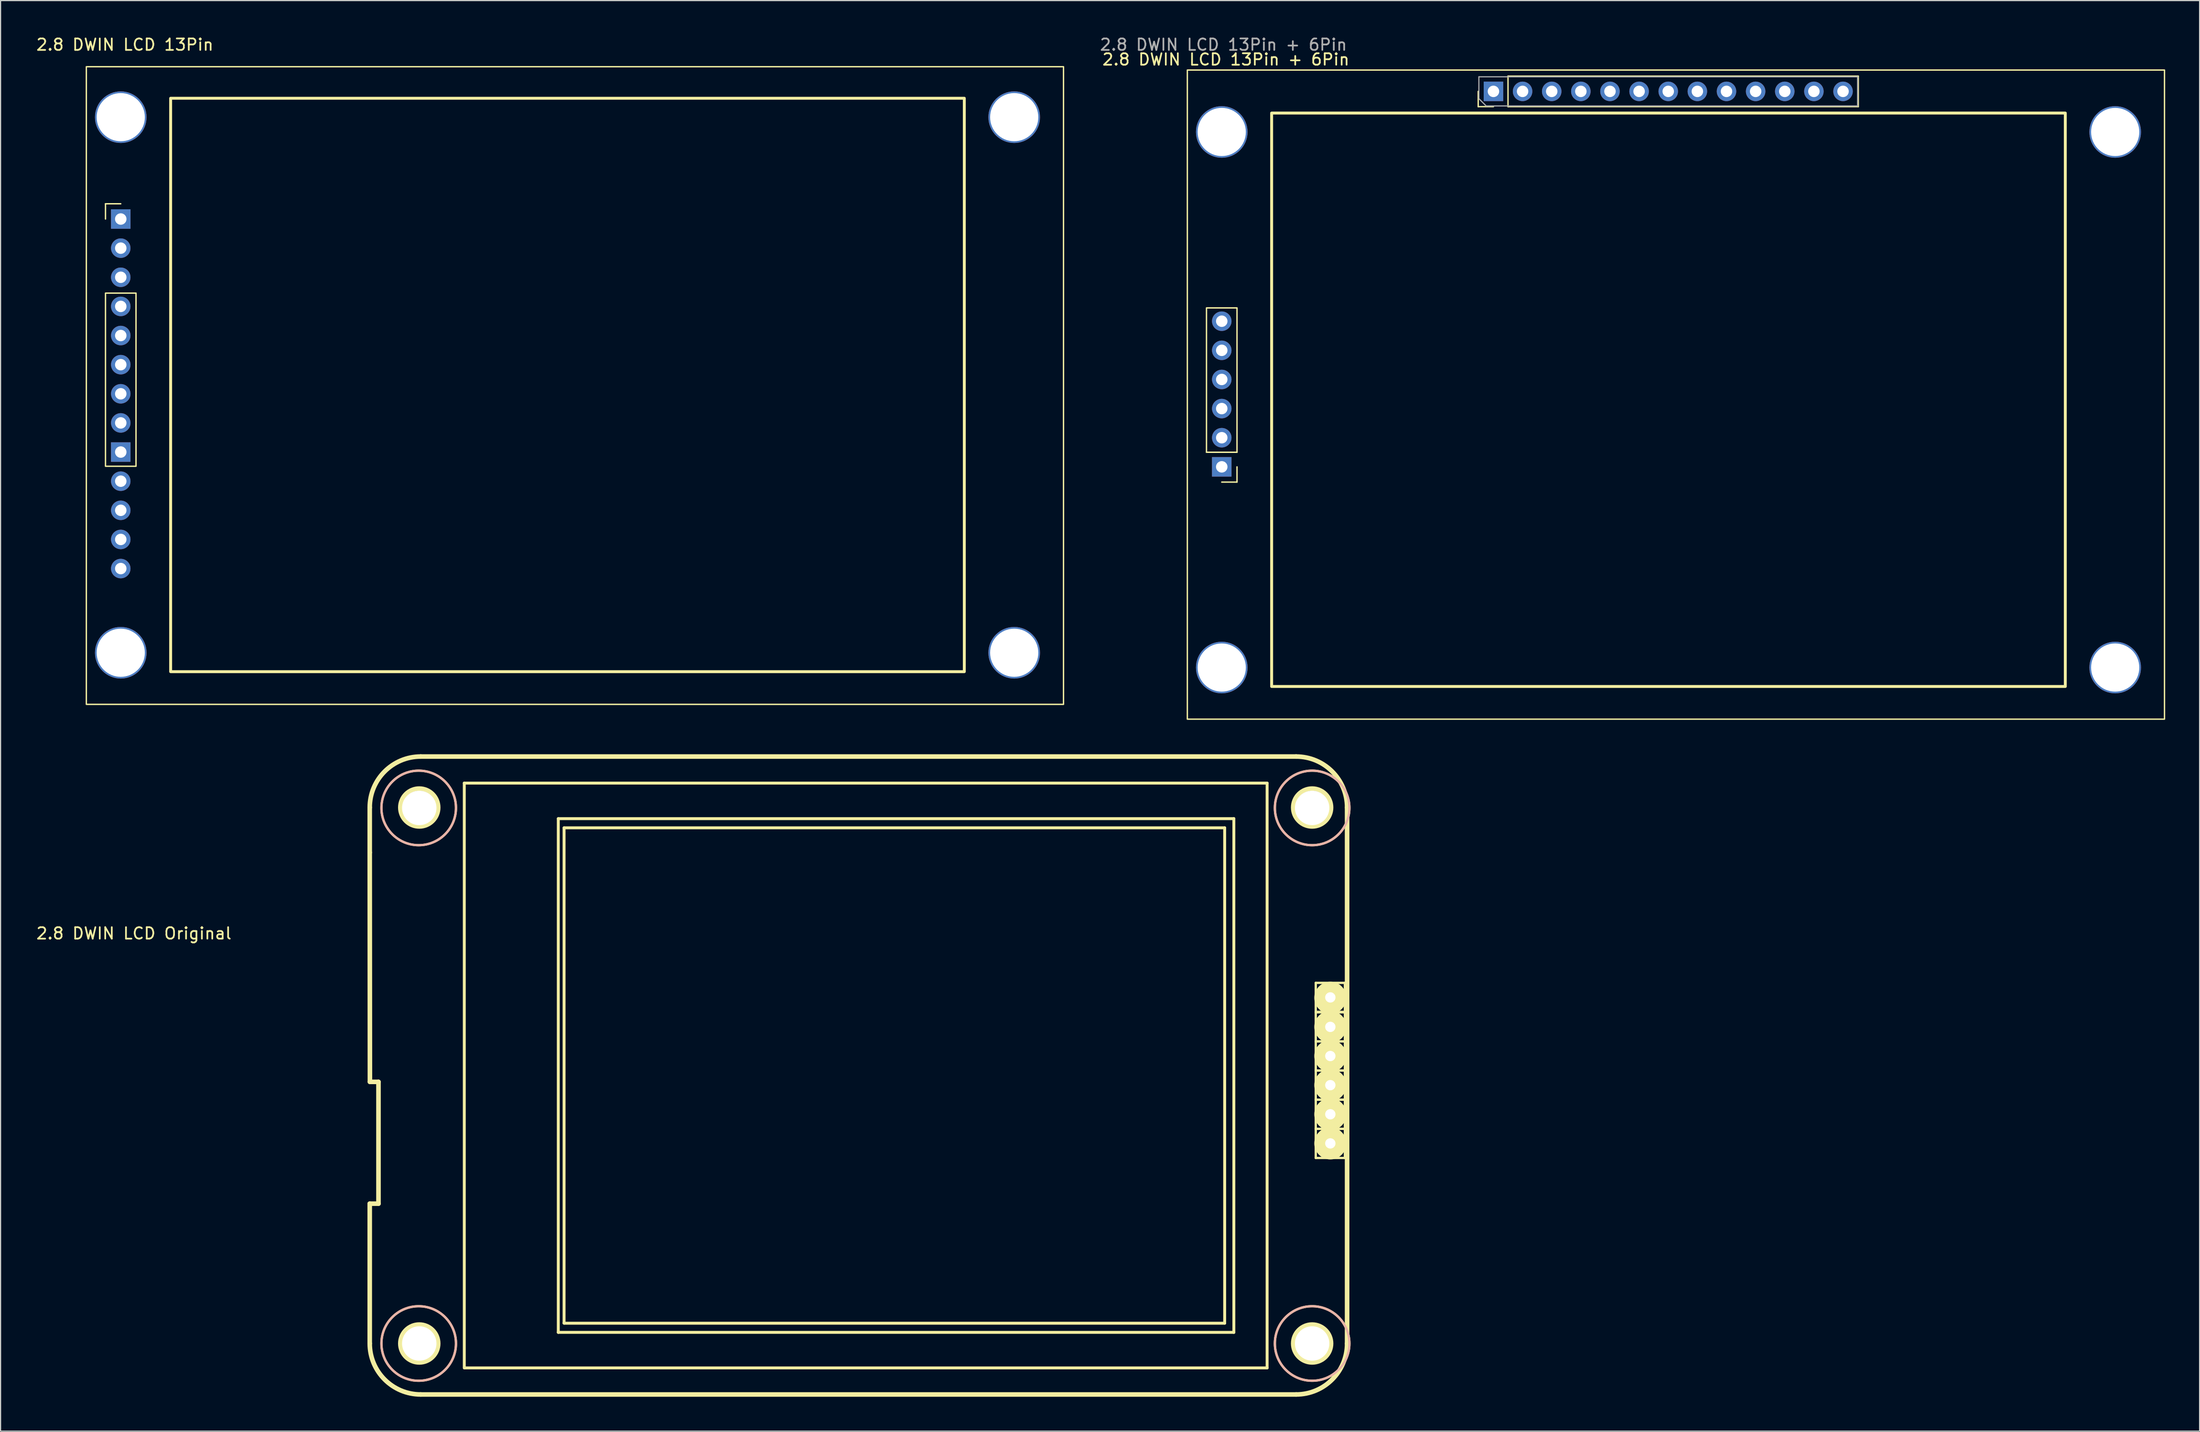
<source format=kicad_pcb>
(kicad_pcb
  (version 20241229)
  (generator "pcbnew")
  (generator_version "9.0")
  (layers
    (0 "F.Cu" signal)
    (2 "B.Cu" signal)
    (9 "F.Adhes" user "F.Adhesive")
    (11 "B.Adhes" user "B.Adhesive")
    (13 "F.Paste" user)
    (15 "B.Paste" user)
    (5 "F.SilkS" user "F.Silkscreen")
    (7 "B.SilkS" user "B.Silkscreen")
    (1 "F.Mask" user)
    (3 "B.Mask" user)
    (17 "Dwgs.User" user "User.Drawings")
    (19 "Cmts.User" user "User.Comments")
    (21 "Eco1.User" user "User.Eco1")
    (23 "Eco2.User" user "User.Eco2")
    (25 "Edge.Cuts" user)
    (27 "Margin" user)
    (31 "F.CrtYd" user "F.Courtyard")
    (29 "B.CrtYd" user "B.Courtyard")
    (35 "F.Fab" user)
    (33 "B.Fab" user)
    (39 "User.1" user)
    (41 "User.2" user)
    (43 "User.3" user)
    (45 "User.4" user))
  (footprint "2.8 DWIN LCD Original"
    (layer "F.Cu")
    (at 33.506 67.363)
    (property "Reference" "2.8 DWIN LCD Original" (at -24.881 10.979 0) (unlocked yes) (layer "F.SilkS") (effects (font (size 1 1) (thickness 0.15))))
    (attr through_hole)
    (fp_line (start -4.318 3.923) (end -4.318 0.00015) (stroke (width 0.4) (type solid)) (layer "F.SilkS"))
    (fp_line (start -4.318 3.923) (end -4.303 23.923) (stroke (width 0.4) (type default)) (layer "F.SilkS"))
    (fp_line (start -4.318 34.544) (end -3.556 34.544) (stroke (width 0.4) (type solid)) (layer "F.SilkS"))
    (fp_line (start -4.318 46.735) (end -4.318 34.544) (stroke (width 0.4) (type solid)) (layer "F.SilkS"))
    (fp_line (start -3.556 23.923) (end -4.303 23.923) (stroke (width 0.4) (type default)) (layer "F.SilkS"))
    (fp_line (start -3.556 34.544) (end -3.556 23.923) (stroke (width 0.4) (type solid)) (layer "F.SilkS"))
    (fp_line (start 0.127 51.181) (end 76.454 51.181) (stroke (width 0.4) (type solid)) (layer "F.SilkS"))
    (fp_line (start 0.128 -4.445) (end 76.453 -4.445) (stroke (width 0.4) (type solid)) (layer "F.SilkS"))
    (fp_line (start 3.925 -2.129) (end 73.925 -2.129) (stroke (width 0.254) (type solid)) (layer "F.SilkS"))
    (fp_line (start 3.925 48.865) (end 3.925 -2.132) (stroke (width 0.254) (type solid)) (layer "F.SilkS"))
    (fp_line (start 3.937 48.865) (end 73.925 48.865) (stroke (width 0.254) (type solid)) (layer "F.SilkS"))
    (fp_line (start 12.122 0.971) (end 71.025 0.971) (stroke (width 0.254) (type solid)) (layer "F.SilkS"))
    (fp_line (start 12.122 45.757) (end 12.126 45.761) (stroke (width 0.254) (type solid)) (layer "F.SilkS"))
    (fp_line (start 12.122 45.765) (end 12.122 0.971) (stroke (width 0.254) (type solid)) (layer "F.SilkS"))
    (fp_line (start 12.122 45.765) (end 71.025 45.765) (stroke (width 0.254) (type solid)) (layer "F.SilkS"))
    (fp_line (start 12.626 44.947) (end 12.626 1.771) (stroke (width 0.254) (type solid)) (layer "F.SilkS"))
    (fp_line (start 12.626 44.947) (end 12.647 44.968) (stroke (width 0.254) (type solid)) (layer "F.SilkS"))
    (fp_line (start 12.626 44.968) (end 70.225 44.968) (stroke (width 0.254) (type solid)) (layer "F.SilkS"))
    (fp_line (start 12.629 1.771) (end 70.225 1.771) (stroke (width 0.254) (type solid)) (layer "F.SilkS"))
    (fp_line (start 70.225 44.968) (end 70.225 1.768) (stroke (width 0.254) (type solid)) (layer "F.SilkS"))
    (fp_line (start 71.025 45.771) (end 71.025 0.968) (stroke (width 0.254) (type solid)) (layer "F.SilkS"))
    (fp_line (start 73.925 48.871) (end 73.925 -2.129) (stroke (width 0.254) (type solid)) (layer "F.SilkS"))
    (fp_line (start 78.167 15.289) (end 80.707 15.289) (stroke (width 0.2) (type solid)) (layer "F.SilkS"))
    (fp_line (start 78.167 17.829) (end 78.167 15.289) (stroke (width 0.2) (type solid)) (layer "F.SilkS"))
    (fp_line (start 78.167 17.829) (end 80.707 17.829) (stroke (width 0.2) (type solid)) (layer "F.SilkS"))
    (fp_line (start 78.167 17.829) (end 80.707 17.829) (stroke (width 0.2) (type solid)) (layer "F.SilkS"))
    (fp_line (start 78.167 17.859) (end 80.707 17.859) (stroke (width 0.2) (type solid)) (layer "F.SilkS"))
    (fp_line (start 78.167 17.859) (end 80.707 17.859) (stroke (width 0.2) (type solid)) (layer "F.SilkS"))
    (fp_line (start 78.167 20.399) (end 78.167 17.859) (stroke (width 0.2) (type solid)) (layer "F.SilkS"))
    (fp_line (start 78.167 20.399) (end 80.707 20.399) (stroke (width 0.2) (type solid)) (layer "F.SilkS"))
    (fp_line (start 78.167 20.399) (end 80.707 20.399) (stroke (width 0.2) (type solid)) (layer "F.SilkS"))
    (fp_line (start 78.167 20.399) (end 80.707 20.399) (stroke (width 0.2) (type solid)) (layer "F.SilkS"))
    (fp_line (start 78.167 22.939) (end 78.167 20.399) (stroke (width 0.2) (type solid)) (layer "F.SilkS"))
    (fp_line (start 78.167 22.939) (end 80.707 22.939) (stroke (width 0.2) (type solid)) (layer "F.SilkS"))
    (fp_line (start 78.167 22.939) (end 80.707 22.939) (stroke (width 0.2) (type solid)) (layer "F.SilkS"))
    (fp_line (start 78.167 22.939) (end 80.707 22.939) (stroke (width 0.2) (type solid)) (layer "F.SilkS"))
    (fp_line (start 78.167 25.479) (end 78.167 22.939) (stroke (width 0.2) (type solid)) (layer "F.SilkS"))
    (fp_line (start 78.167 25.479) (end 80.707 25.479) (stroke (width 0.2) (type solid)) (layer "F.SilkS"))
    (fp_line (start 78.167 25.479) (end 80.707 25.479) (stroke (width 0.2) (type solid)) (layer "F.SilkS"))
    (fp_line (start 78.167 25.479) (end 80.707 25.479) (stroke (width 0.2) (type solid)) (layer "F.SilkS"))
    (fp_line (start 78.167 28.019) (end 78.167 25.479) (stroke (width 0.2) (type solid)) (layer "F.SilkS"))
    (fp_line (start 78.167 28.019) (end 80.707 28.019) (stroke (width 0.2) (type solid)) (layer "F.SilkS"))
    (fp_line (start 78.167 28.019) (end 80.707 28.019) (stroke (width 0.2) (type solid)) (layer "F.SilkS"))
    (fp_line (start 78.167 28.019) (end 80.707 28.019) (stroke (width 0.2) (type solid)) (layer "F.SilkS"))
    (fp_line (start 78.167 30.559) (end 78.167 28.019) (stroke (width 0.2) (type solid)) (layer "F.SilkS"))
    (fp_line (start 78.167 30.559) (end 80.707 30.559) (stroke (width 0.2) (type solid)) (layer "F.SilkS"))
    (fp_line (start 79.347 16.589) (end 79.527 16.589) (stroke (width 1) (type solid)) (layer "F.SilkS"))
    (fp_line (start 79.349 16.559) (end 79.529 16.559) (stroke (width 1) (type solid)) (layer "F.SilkS"))
    (fp_line (start 79.437 16.679) (end 79.437 16.499) (stroke (width 1) (type solid)) (layer "F.SilkS"))
    (fp_line (start 79.439 16.649) (end 79.439 16.469) (stroke (width 1) (type solid)) (layer "F.SilkS"))
    (fp_line (start 80.707 17.829) (end 80.707 15.289) (stroke (width 0.2) (type solid)) (layer "F.SilkS"))
    (fp_line (start 80.707 20.399) (end 80.707 17.859) (stroke (width 0.2) (type solid)) (layer "F.SilkS"))
    (fp_line (start 80.707 22.939) (end 80.707 20.399) (stroke (width 0.2) (type solid)) (layer "F.SilkS"))
    (fp_line (start 80.707 25.479) (end 80.707 22.939) (stroke (width 0.2) (type solid)) (layer "F.SilkS"))
    (fp_line (start 80.707 28.019) (end 80.707 25.479) (stroke (width 0.2) (type solid)) (layer "F.SilkS"))
    (fp_line (start 80.707 30.559) (end 80.707 28.019) (stroke (width 0.2) (type solid)) (layer "F.SilkS"))
    (fp_line (start 80.899 46.736) (end 80.899 0.00015) (stroke (width 0.4) (type solid)) (layer "F.SilkS"))
    (fp_arc (start -4.318 0.00015) (mid -3.015749 -3.14328) (end 0.127963 -4.44485) (stroke (width 0.4) (type solid)) (layer "F.SilkS"))
    (fp_arc (start 0.12715 51.181) (mid -3.01628 49.878749) (end -4.31785 46.735037) (stroke (width 0.4) (type solid)) (layer "F.SilkS"))
    (fp_arc (start 76.453047 -4.44485) (mid 79.596759 -3.14328) (end 80.89901 0.00015) (stroke (width 0.4) (type solid)) (layer "F.SilkS"))
    (fp_arc (start 80.89901 46.736) (mid 79.5971 49.87909) (end 76.45401 51.181) (stroke (width 0.4) (type solid)) (layer "F.SilkS"))
    (fp_circle (center -0.049 0.036) (end -0.049 -3.214) (stroke (width 0.2) (type solid)) (fill no) (layer "F.SilkS"))
    (fp_circle (center -0.049 46.736) (end -0.049 43.486) (stroke (width 0.2) (type solid)) (fill no) (layer "F.SilkS"))
    (fp_circle (center 0 0) (end 0 -1.651) (stroke (width 0.4) (type solid)) (fill no) (layer "F.SilkS"))
    (fp_circle (center 0 46.736) (end 0 45.085) (stroke (width 0.4) (type solid)) (fill no) (layer "F.SilkS"))
    (fp_circle (center 77.851 0) (end 77.851 -1.651) (stroke (width 0.4) (type solid)) (fill no) (layer "F.SilkS"))
    (fp_circle (center 77.851 0.036) (end 77.851 -3.214) (stroke (width 0.2) (type solid)) (fill no) (layer "F.SilkS"))
    (fp_circle (center 77.851 46.736) (end 77.851 43.486) (stroke (width 0.2) (type solid)) (fill no) (layer "F.SilkS"))
    (fp_circle (center 77.851 46.736) (end 77.851 45.085) (stroke (width 0.4) (type solid)) (fill no) (layer "F.SilkS"))
    (fp_circle (center 79.437 16.589) (end 79.437 16.189) (stroke (width 1) (type solid)) (fill no) (layer "F.SilkS"))
    (fp_circle (center 79.437 19.129) (end 79.437 18.729) (stroke (width 1) (type solid)) (fill no) (layer "F.SilkS"))
    (fp_circle (center 79.437 21.669) (end 79.437 21.269) (stroke (width 1) (type solid)) (fill no) (layer "F.SilkS"))
    (fp_circle (center 79.437 24.209) (end 79.437 23.809) (stroke (width 1) (type solid)) (fill no) (layer "F.SilkS"))
    (fp_circle (center 79.437 26.749) (end 79.437 26.349) (stroke (width 1) (type solid)) (fill no) (layer "F.SilkS"))
    (fp_circle (center 79.437 29.289) (end 79.437 28.889) (stroke (width 1) (type solid)) (fill no) (layer "F.SilkS"))
    (fp_circle (center -0.049 0.036) (end -0.049 -3.214) (stroke (width 0.2) (type solid)) (fill no) (layer "B.SilkS"))
    (fp_circle (center -0.049 46.736) (end -0.049 43.486) (stroke (width 0.2) (type solid)) (fill no) (layer "B.SilkS"))
    (fp_circle (center 77.851 0.036) (end 77.851 -3.214) (stroke (width 0.2) (type solid)) (fill no) (layer "B.SilkS"))
    (fp_circle (center 77.851 46.736) (end 77.851 43.486) (stroke (width 0.2) (type solid)) (fill no) (layer "B.SilkS"))
    (pad "" thru_hole circle (at 0 0.036) (size 3 3) (drill 3.2) (layers "*.Cu" "*.Mask"))
    (pad "" thru_hole circle (at 0 46.736) (size 3 3) (drill 3.2) (layers "*.Cu" "*.Mask"))
    (pad "" thru_hole circle (at 77.851 0.036) (size 3 3) (drill 3.2) (layers "*.Cu" "*.Mask"))
    (pad "" thru_hole circle (at 77.851 46.736 180) (size 3 3) (drill 3.2) (layers "*.Cu" "*.Mask"))
    (pad "1" thru_hole rect (at 79.437 16.559 270) (size 1.8 1.8) (drill 0.9) (layers "*.Cu" "*.Mask"))
    (pad "2" thru_hole rect (at 79.437 19.129 90) (size 1.8 1.8) (drill 0.9) (layers "*.Cu" "*.Mask"))
    (pad "3" thru_hole rect (at 79.437 21.669 90) (size 1.8 1.8) (drill 0.9) (layers "*.Cu" "*.Mask"))
    (pad "4" thru_hole rect (at 79.437 24.209 90) (size 1.8 1.8) (drill 0.9) (layers "*.Cu" "*.Mask"))
    (pad "5" thru_hole rect (at 79.437 26.749 90) (size 1.8 1.8) (drill 0.9) (layers "*.Cu" "*.Mask"))
    (pad "6" thru_hole rect (at 79.437 29.289 90) (size 1.8 1.8) (drill 0.9) (layers "*.Cu" "*.Mask")))
  (footprint "2.8 DWIN LCD 13Pin"
    (layer "F.Cu")
    (at 4.479 2.768)
    (property "Reference" "2.8 DWIN LCD 13Pin" (at 3.36 -1.92 0) (unlocked yes) (layer "F.SilkS") (effects (font (size 1 1) (thickness 0.15))))
    (attr through_hole)
    (fp_line (start 1.67 11.95) (end 3 11.95) (stroke (width 0.12) (type solid)) (layer "F.SilkS"))
    (fp_line (start 1.67 13.28) (end 1.67 11.95) (stroke (width 0.12) (type solid)) (layer "F.SilkS"))
    (fp_rect (start 0 0) (end 85.2 55.6) (stroke (width 0.12) (type solid)) (fill no) (layer "F.SilkS"))
    (fp_rect (start 1.67 34.84) (end 4.33 19.74) (stroke (width 0.12) (type solid)) (fill no) (layer "F.SilkS"))
    (fp_rect (start 7.35 2.75) (end 76.55 52.75) (stroke (width 0.254) (type solid)) (fill no) (layer "F.SilkS"))
    (pad "" np_thru_hole circle (at 3 4.4) (size 4.5 4.5) (drill 4.2) (layers "*.Cu" "*.Mask"))
    (pad "" np_thru_hole circle (at 3 51.1) (size 4.5 4.5) (drill 4.2) (layers "*.Cu" "*.Mask"))
    (pad "" np_thru_hole circle (at 80.9 4.4) (size 4.5 4.5) (drill 4.2) (layers "*.Cu" "*.Mask"))
    (pad "" np_thru_hole circle (at 80.9 51.1) (size 4.5 4.5) (drill 4.2) (layers "*.Cu" "*.Mask"))
    (pad "+5V" thru_hole oval (at 3 20.9 180) (size 1.7 1.7) (drill 1) (layers "*.Cu" "*.Mask"))
    (pad "2" thru_hole oval (at 3 15.82 180) (size 1.7 1.7) (drill 1) (layers "*.Cu" "*.Mask"))
    (pad "3" thru_hole oval (at 3 18.36 180) (size 1.7 1.7) (drill 1) (layers "*.Cu" "*.Mask"))
    (pad "5" thru_hole oval (at 3 23.44 180) (size 1.7 1.7) (drill 1) (layers "*.Cu" "*.Mask"))
    (pad "8" thru_hole oval (at 3 31.06 180) (size 1.7 1.7) (drill 1) (layers "*.Cu" "*.Mask"))
    (pad "10" thru_hole oval (at 3 36.14 180) (size 1.7 1.7) (drill 1) (layers "*.Cu" "*.Mask"))
    (pad "11" thru_hole oval (at 3 38.68 180) (size 1.7 1.7) (drill 1) (layers "*.Cu" "*.Mask"))
    (pad "12" thru_hole oval (at 3 41.22 180) (size 1.7 1.7) (drill 1) (layers "*.Cu" "*.Mask"))
    (pad "13" thru_hole oval (at 3 43.76) (size 1.7 1.7) (drill 1) (layers "*.Cu" "*.Mask"))
    (pad "GND" thru_hole rect (at 3 13.28) (size 1.7 1.7) (drill 1) (layers "*.Cu" "*.Mask"))
    (pad "GND" thru_hole rect (at 3 33.6 180) (size 1.7 1.7) (drill 1) (layers "*.Cu" "*.Mask"))
    (pad "RX2" thru_hole oval (at 3 25.98 180) (size 1.7 1.7) (drill 1) (layers "*.Cu" "*.Mask"))
    (pad "TX2" thru_hole oval (at 3 28.52 180) (size 1.7 1.7) (drill 1) (layers "*.Cu" "*.Mask")))
  (footprint "2.8 DWIN LCD 13Pin + 6Pin"
    (layer "F.Cu")
    (at 100.476 4.058)
    (property "Reference" "2.8 DWIN LCD 13Pin + 6Pin" (at 3.36 -1.92 0) (unlocked yes) (layer "F.SilkS") (effects (font (size 1 1) (thickness 0.15))))
    (attr through_hole)
    (fp_line (start 4.33 32.33) (end 1.67 32.33) (stroke (width 0.12) (type solid)) (layer "F.SilkS"))
    (fp_line (start 4.33 33.6) (end 4.33 34.93) (stroke (width 0.12) (type solid)) (layer "F.SilkS"))
    (fp_line (start 4.33 34.93) (end 3 34.93) (stroke (width 0.12) (type solid)) (layer "F.SilkS"))
    (fp_line (start 25.36 2.19) (end 25.36 0.86) (stroke (width 0.12) (type solid)) (layer "F.SilkS"))
    (fp_line (start 26.69 2.19) (end 25.36 2.19) (stroke (width 0.12) (type solid)) (layer "F.SilkS"))
    (fp_line (start 27.96 -0.47) (end 58.5 -0.47) (stroke (width 0.12) (type solid)) (layer "F.SilkS"))
    (fp_line (start 27.96 2.19) (end 27.96 -0.47) (stroke (width 0.12) (type solid)) (layer "F.SilkS"))
    (fp_line (start 27.96 2.19) (end 58.5 2.19) (stroke (width 0.12) (type solid)) (layer "F.SilkS"))
    (fp_line (start 58.5 2.19) (end 58.5 -0.47) (stroke (width 0.12) (type solid)) (layer "F.SilkS"))
    (fp_rect (start 0 -1) (end 85.2 55.6) (stroke (width 0.12) (type solid)) (fill no) (layer "F.SilkS"))
    (fp_rect (start 1.67 32.33) (end 4.33 19.74) (stroke (width 0.12) (type solid)) (fill no) (layer "F.SilkS"))
    (fp_rect (start 7.35 2.75) (end 76.55 52.75) (stroke (width 0.254) (type solid)) (fill no) (layer "F.SilkS"))
    (fp_line (start 25.42 -0.41) (end 58.44 -0.41) (stroke (width 0.1) (type solid)) (layer "F.Fab"))
    (fp_line (start 25.42 1.495) (end 25.42 -0.41) (stroke (width 0.1) (type solid)) (layer "F.Fab"))
    (fp_line (start 26.055 2.13) (end 25.42 1.495) (stroke (width 0.1) (type solid)) (layer "F.Fab"))
    (fp_line (start 58.44 -0.41) (end 58.44 2.13) (stroke (width 0.1) (type solid)) (layer "F.Fab"))
    (fp_line (start 58.44 2.13) (end 26.055 2.13) (stroke (width 0.1) (type solid)) (layer "F.Fab"))
    (fp_text user "${REFERENCE}" (at 3.15 -3.21 0) (unlocked yes) (layer "F.Fab") (effects (font (size 1 1) (thickness 0.15))))
    (pad "" np_thru_hole circle (at 3 4.4) (size 4.5 4.5) (drill 4.2) (layers "*.Cu" "*.Mask"))
    (pad "" np_thru_hole circle (at 3 51.1) (size 4.5 4.5) (drill 4.2) (layers "*.Cu" "*.Mask"))
    (pad "" np_thru_hole circle (at 80.9 4.4) (size 4.5 4.5) (drill 4.2) (layers "*.Cu" "*.Mask"))
    (pad "" np_thru_hole circle (at 80.9 51.1) (size 4.5 4.5) (drill 4.2) (layers "*.Cu" "*.Mask"))
    (pad "+5V" thru_hole oval (at 3 20.9 180) (size 1.7 1.7) (drill 1) (layers "*.Cu" "*.Mask"))
    (pad "1" thru_hole rect (at 26.69 0.86 90) (size 1.7 1.7) (drill 1) (layers "*.Cu" "*.Mask"))
    (pad "2" thru_hole oval (at 29.23 0.86 90) (size 1.7 1.7) (drill 1) (layers "*.Cu" "*.Mask"))
    (pad "3" thru_hole oval (at 31.77 0.86 90) (size 1.7 1.7) (drill 1) (layers "*.Cu" "*.Mask"))
    (pad "4" thru_hole oval (at 34.31 0.86 90) (size 1.7 1.7) (drill 1) (layers "*.Cu" "*.Mask"))
    (pad "5" thru_hole oval (at 36.85 0.86 90) (size 1.7 1.7) (drill 1) (layers "*.Cu" "*.Mask"))
    (pad "6" thru_hole oval (at 39.39 0.86 90) (size 1.7 1.7) (drill 1) (layers "*.Cu" "*.Mask"))
    (pad "7" thru_hole oval (at 41.93 0.86 90) (size 1.7 1.7) (drill 1) (layers "*.Cu" "*.Mask"))
    (pad "8" thru_hole oval (at 44.47 0.86 90) (size 1.7 1.7) (drill 1) (layers "*.Cu" "*.Mask"))
    (pad "9" thru_hole oval (at 47.01 0.86 90) (size 1.7 1.7) (drill 1) (layers "*.Cu" "*.Mask"))
    (pad "10" thru_hole oval (at 49.55 0.86 90) (size 1.7 1.7) (drill 1) (layers "*.Cu" "*.Mask"))
    (pad "11" thru_hole oval (at 52.09 0.86 90) (size 1.7 1.7) (drill 1) (layers "*.Cu" "*.Mask"))
    (pad "12" thru_hole oval (at 54.63 0.86 90) (size 1.7 1.7) (drill 1) (layers "*.Cu" "*.Mask"))
    (pad "13" thru_hole oval (at 57.17 0.86 90) (size 1.7 1.7) (drill 1) (layers "*.Cu" "*.Mask"))
    (pad "GND" thru_hole rect (at 3 33.6 180) (size 1.7 1.7) (drill 1) (layers "*.Cu" "*.Mask"))
    (pad "RX2" thru_hole oval (at 3 25.98 180) (size 1.7 1.7) (drill 1) (layers "*.Cu" "*.Mask"))
    (pad "RX4" thru_hole oval (at 3 23.44 180) (size 1.7 1.7) (drill 1) (layers "*.Cu" "*.Mask"))
    (pad "TX2" thru_hole oval (at 3 28.52 180) (size 1.7 1.7) (drill 1) (layers "*.Cu" "*.Mask"))
    (pad "TX4" thru_hole oval (at 3 31.06 180) (size 1.7 1.7) (drill 1) (layers "*.Cu" "*.Mask")))
  (gr_rect
    (start -3 -3)
    (end 188.736 121.744)
    (stroke (width 0.1) (type default))
    (fill no)
    (layer "Edge.Cuts")))
</source>
